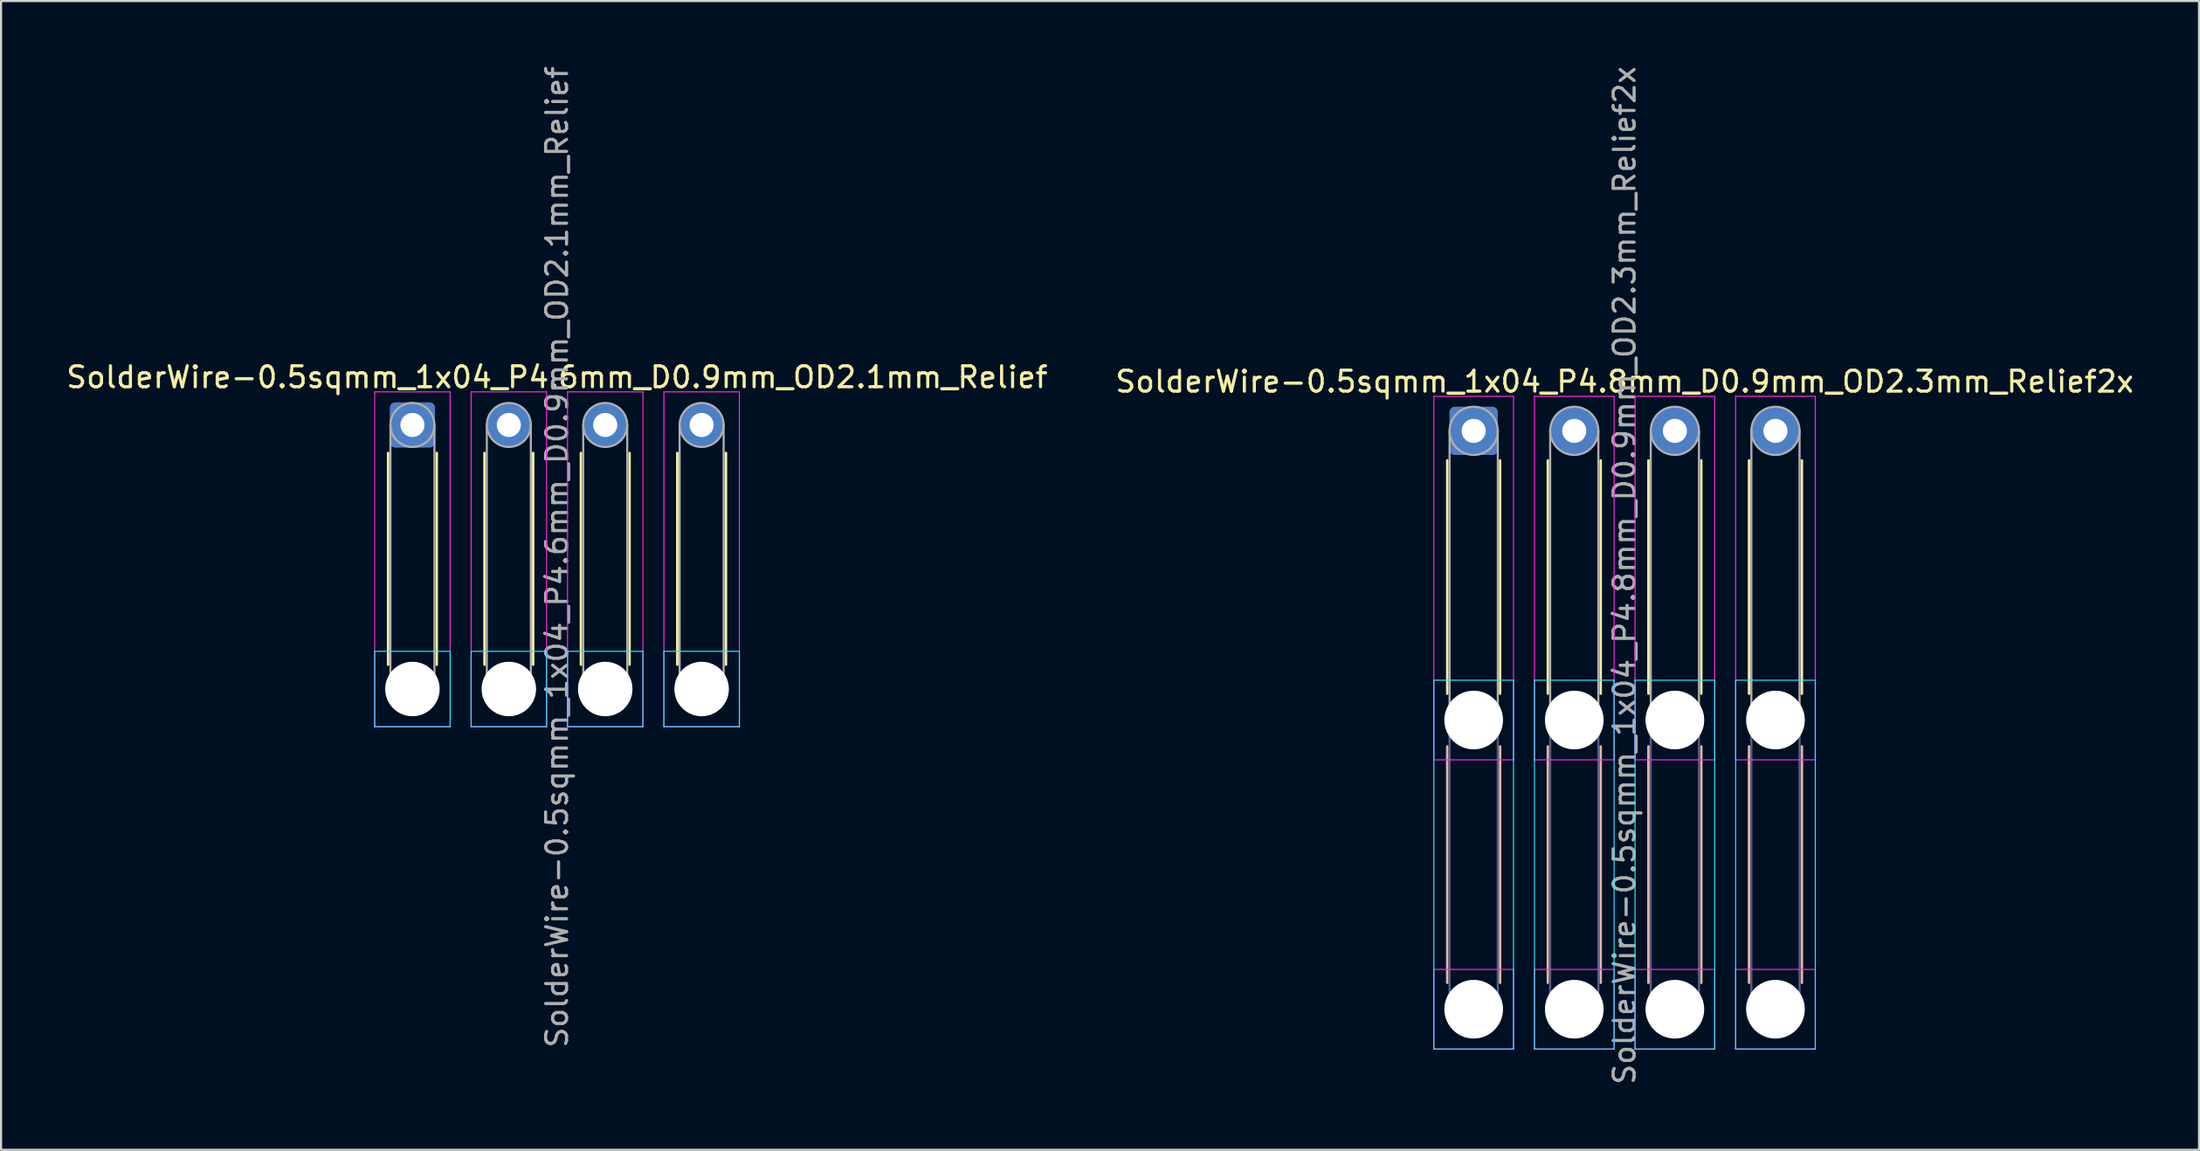
<source format=kicad_pcb>
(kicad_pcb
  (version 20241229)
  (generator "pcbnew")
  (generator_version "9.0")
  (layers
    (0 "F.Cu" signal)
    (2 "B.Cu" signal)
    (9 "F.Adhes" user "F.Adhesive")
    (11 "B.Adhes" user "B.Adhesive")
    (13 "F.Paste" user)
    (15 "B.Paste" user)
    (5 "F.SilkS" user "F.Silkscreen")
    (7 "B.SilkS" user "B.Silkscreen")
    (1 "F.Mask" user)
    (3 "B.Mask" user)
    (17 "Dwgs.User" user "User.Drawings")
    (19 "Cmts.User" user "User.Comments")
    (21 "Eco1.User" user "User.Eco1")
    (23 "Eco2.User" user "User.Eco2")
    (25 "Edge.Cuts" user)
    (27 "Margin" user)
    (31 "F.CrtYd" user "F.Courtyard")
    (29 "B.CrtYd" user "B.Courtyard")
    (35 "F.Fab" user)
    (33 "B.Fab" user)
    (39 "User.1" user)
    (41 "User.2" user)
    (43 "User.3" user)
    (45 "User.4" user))
  (footprint "SolderWire-0.5sqmm_1x04_P4.6mm_D0.9mm_OD2.1mm_Relief"
    (layer "F.Cu")
    (at 16.63 17.23)
    (property "Reference" "SolderWire-0.5sqmm_1x04_P4.6mm_D0.9mm_OD2.1mm_Relief" (at 6.9 -2.28 0) (layer "F.SilkS") (effects (font (size 1 1) (thickness 0.15))))
    (attr exclude_from_pos_files exclude_from_bom)
    (fp_line (start -1.16 1.335) (end -1.16 11.44) (stroke (width 0.12) (type solid)) (layer "F.SilkS"))
    (fp_line (start 1.16 1.335) (end 1.16 11.44) (stroke (width 0.12) (type solid)) (layer "F.SilkS"))
    (fp_line (start 3.44 1.335) (end 3.44 11.44) (stroke (width 0.12) (type solid)) (layer "F.SilkS"))
    (fp_line (start 5.76 1.335) (end 5.76 11.44) (stroke (width 0.12) (type solid)) (layer "F.SilkS"))
    (fp_line (start 8.04 1.335) (end 8.04 11.44) (stroke (width 0.12) (type solid)) (layer "F.SilkS"))
    (fp_line (start 10.36 1.335) (end 10.36 11.44) (stroke (width 0.12) (type solid)) (layer "F.SilkS"))
    (fp_line (start 12.64 1.335) (end 12.64 11.44) (stroke (width 0.12) (type solid)) (layer "F.SilkS"))
    (fp_line (start 14.96 1.335) (end 14.96 11.44) (stroke (width 0.12) (type solid)) (layer "F.SilkS"))
    (fp_line (start -1.8 10.8) (end -1.8 14.4) (stroke (width 0.05) (type solid)) (layer "B.CrtYd"))
    (fp_line (start -1.8 14.4) (end 1.8 14.4) (stroke (width 0.05) (type solid)) (layer "B.CrtYd"))
    (fp_line (start 1.8 10.8) (end -1.8 10.8) (stroke (width 0.05) (type solid)) (layer "B.CrtYd"))
    (fp_line (start 1.8 14.4) (end 1.8 10.8) (stroke (width 0.05) (type solid)) (layer "B.CrtYd"))
    (fp_line (start 2.8 10.8) (end 2.8 14.4) (stroke (width 0.05) (type solid)) (layer "B.CrtYd"))
    (fp_line (start 2.8 14.4) (end 6.4 14.4) (stroke (width 0.05) (type solid)) (layer "B.CrtYd"))
    (fp_line (start 6.4 10.8) (end 2.8 10.8) (stroke (width 0.05) (type solid)) (layer "B.CrtYd"))
    (fp_line (start 6.4 14.4) (end 6.4 10.8) (stroke (width 0.05) (type solid)) (layer "B.CrtYd"))
    (fp_line (start 7.4 10.8) (end 7.4 14.4) (stroke (width 0.05) (type solid)) (layer "B.CrtYd"))
    (fp_line (start 7.4 14.4) (end 11 14.4) (stroke (width 0.05) (type solid)) (layer "B.CrtYd"))
    (fp_line (start 11 10.8) (end 7.4 10.8) (stroke (width 0.05) (type solid)) (layer "B.CrtYd"))
    (fp_line (start 11 14.4) (end 11 10.8) (stroke (width 0.05) (type solid)) (layer "B.CrtYd"))
    (fp_line (start 12 10.8) (end 12 14.4) (stroke (width 0.05) (type solid)) (layer "B.CrtYd"))
    (fp_line (start 12 14.4) (end 15.6 14.4) (stroke (width 0.05) (type solid)) (layer "B.CrtYd"))
    (fp_line (start 15.6 10.8) (end 12 10.8) (stroke (width 0.05) (type solid)) (layer "B.CrtYd"))
    (fp_line (start 15.6 14.4) (end 15.6 10.8) (stroke (width 0.05) (type solid)) (layer "B.CrtYd"))
    (fp_line (start -1.8 -1.58) (end -1.8 14.4) (stroke (width 0.05) (type solid)) (layer "F.CrtYd"))
    (fp_line (start -1.8 14.4) (end 1.8 14.4) (stroke (width 0.05) (type solid)) (layer "F.CrtYd"))
    (fp_line (start 1.8 -1.58) (end -1.8 -1.58) (stroke (width 0.05) (type solid)) (layer "F.CrtYd"))
    (fp_line (start 1.8 14.4) (end 1.8 -1.58) (stroke (width 0.05) (type solid)) (layer "F.CrtYd"))
    (fp_line (start 2.8 -1.58) (end 2.8 14.4) (stroke (width 0.05) (type solid)) (layer "F.CrtYd"))
    (fp_line (start 2.8 14.4) (end 6.4 14.4) (stroke (width 0.05) (type solid)) (layer "F.CrtYd"))
    (fp_line (start 6.4 -1.58) (end 2.8 -1.58) (stroke (width 0.05) (type solid)) (layer "F.CrtYd"))
    (fp_line (start 6.4 14.4) (end 6.4 -1.58) (stroke (width 0.05) (type solid)) (layer "F.CrtYd"))
    (fp_line (start 7.4 -1.58) (end 7.4 14.4) (stroke (width 0.05) (type solid)) (layer "F.CrtYd"))
    (fp_line (start 7.4 14.4) (end 11 14.4) (stroke (width 0.05) (type solid)) (layer "F.CrtYd"))
    (fp_line (start 11 -1.58) (end 7.4 -1.58) (stroke (width 0.05) (type solid)) (layer "F.CrtYd"))
    (fp_line (start 11 14.4) (end 11 -1.58) (stroke (width 0.05) (type solid)) (layer "F.CrtYd"))
    (fp_line (start 12 -1.58) (end 12 14.4) (stroke (width 0.05) (type solid)) (layer "F.CrtYd"))
    (fp_line (start 12 14.4) (end 15.6 14.4) (stroke (width 0.05) (type solid)) (layer "F.CrtYd"))
    (fp_line (start 15.6 -1.58) (end 12 -1.58) (stroke (width 0.05) (type solid)) (layer "F.CrtYd"))
    (fp_line (start 15.6 14.4) (end 15.6 -1.58) (stroke (width 0.05) (type solid)) (layer "F.CrtYd"))
    (fp_line (start -1.05 0) (end -1.05 12.6) (stroke (width 0.1) (type solid)) (layer "F.Fab"))
    (fp_line (start 1.05 0) (end 1.05 12.6) (stroke (width 0.1) (type solid)) (layer "F.Fab"))
    (fp_line (start 3.55 0) (end 3.55 12.6) (stroke (width 0.1) (type solid)) (layer "F.Fab"))
    (fp_line (start 5.65 0) (end 5.65 12.6) (stroke (width 0.1) (type solid)) (layer "F.Fab"))
    (fp_line (start 8.15 0) (end 8.15 12.6) (stroke (width 0.1) (type solid)) (layer "F.Fab"))
    (fp_line (start 10.25 0) (end 10.25 12.6) (stroke (width 0.1) (type solid)) (layer "F.Fab"))
    (fp_line (start 12.75 0) (end 12.75 12.6) (stroke (width 0.1) (type solid)) (layer "F.Fab"))
    (fp_line (start 14.85 0) (end 14.85 12.6) (stroke (width 0.1) (type solid)) (layer "F.Fab"))
    (fp_circle (center 0 0) (end 1.05 0) (stroke (width 0.1) (type solid)) (fill no) (layer "F.Fab"))
    (fp_circle (center 0 12.6) (end 1.05 12.6) (stroke (width 0.1) (type solid)) (fill no) (layer "F.Fab"))
    (fp_circle (center 4.6 0) (end 5.65 0) (stroke (width 0.1) (type solid)) (fill no) (layer "F.Fab"))
    (fp_circle (center 4.6 12.6) (end 5.65 12.6) (stroke (width 0.1) (type solid)) (fill no) (layer "F.Fab"))
    (fp_circle (center 9.2 0) (end 10.25 0) (stroke (width 0.1) (type solid)) (fill no) (layer "F.Fab"))
    (fp_circle (center 9.2 12.6) (end 10.25 12.6) (stroke (width 0.1) (type solid)) (fill no) (layer "F.Fab"))
    (fp_circle (center 13.8 0) (end 14.85 0) (stroke (width 0.1) (type solid)) (fill no) (layer "F.Fab"))
    (fp_circle (center 13.8 12.6) (end 14.85 12.6) (stroke (width 0.1) (type solid)) (fill no) (layer "F.Fab"))
    (fp_text user "${REFERENCE}" (at 6.9 6.3 90) (layer "F.Fab") (effects (font (size 1 1) (thickness 0.15))))
    (pad "" np_thru_hole circle (at 0 12.6) (size 2.6 2.6) (drill 2.6) (layers "*.Cu" "*.Mask"))
    (pad "" np_thru_hole circle (at 4.6 12.6) (size 2.6 2.6) (drill 2.6) (layers "*.Cu" "*.Mask"))
    (pad "" np_thru_hole circle (at 9.2 12.6) (size 2.6 2.6) (drill 2.6) (layers "*.Cu" "*.Mask"))
    (pad "" np_thru_hole circle (at 13.8 12.6) (size 2.6 2.6) (drill 2.6) (layers "*.Cu" "*.Mask"))
    (pad "1" thru_hole roundrect (at 0 0) (size 2.15 2.15) (drill 1.15) (layers "*.Cu" "*.Mask") (roundrect_rratio 0.116))
    (pad "2" thru_hole circle (at 4.6 0) (size 2.15 2.15) (drill 1.15) (layers "*.Cu" "*.Mask"))
    (pad "3" thru_hole circle (at 9.2 0) (size 2.15 2.15) (drill 1.15) (layers "*.Cu" "*.Mask"))
    (pad "4" thru_hole circle (at 13.8 0) (size 2.15 2.15) (drill 1.15) (layers "*.Cu" "*.Mask")))
  (footprint "SolderWire-0.5sqmm_1x04_P4.8mm_D0.9mm_OD2.3mm_Relief2x"
    (layer "F.Cu")
    (at 67.27 17.511)
    (property "Reference" "SolderWire-0.5sqmm_1x04_P4.8mm_D0.9mm_OD2.3mm_Relief2x" (at 7.2 -2.35 0) (layer "F.SilkS") (effects (font (size 1 1) (thickness 0.15))))
    (attr exclude_from_pos_files exclude_from_bom)
    (fp_line (start -1.26 1.41) (end -1.26 12.54) (stroke (width 0.12) (type solid)) (layer "F.SilkS"))
    (fp_line (start 1.26 1.41) (end 1.26 12.54) (stroke (width 0.12) (type solid)) (layer "F.SilkS"))
    (fp_line (start 3.54 1.41) (end 3.54 12.54) (stroke (width 0.12) (type solid)) (layer "F.SilkS"))
    (fp_line (start 6.06 1.41) (end 6.06 12.54) (stroke (width 0.12) (type solid)) (layer "F.SilkS"))
    (fp_line (start 8.34 1.41) (end 8.34 12.54) (stroke (width 0.12) (type solid)) (layer "F.SilkS"))
    (fp_line (start 10.86 1.41) (end 10.86 12.54) (stroke (width 0.12) (type solid)) (layer "F.SilkS"))
    (fp_line (start 13.14 1.41) (end 13.14 12.54) (stroke (width 0.12) (type solid)) (layer "F.SilkS"))
    (fp_line (start 15.66 1.41) (end 15.66 12.54) (stroke (width 0.12) (type solid)) (layer "F.SilkS"))
    (fp_line (start -1.26 15.06) (end -1.26 26.34) (stroke (width 0.12) (type solid)) (layer "B.SilkS"))
    (fp_line (start 1.26 15.06) (end 1.26 26.34) (stroke (width 0.12) (type solid)) (layer "B.SilkS"))
    (fp_line (start 3.54 15.06) (end 3.54 26.34) (stroke (width 0.12) (type solid)) (layer "B.SilkS"))
    (fp_line (start 6.06 15.06) (end 6.06 26.34) (stroke (width 0.12) (type solid)) (layer "B.SilkS"))
    (fp_line (start 8.34 15.06) (end 8.34 26.34) (stroke (width 0.12) (type solid)) (layer "B.SilkS"))
    (fp_line (start 10.86 15.06) (end 10.86 26.34) (stroke (width 0.12) (type solid)) (layer "B.SilkS"))
    (fp_line (start 13.14 15.06) (end 13.14 26.34) (stroke (width 0.12) (type solid)) (layer "B.SilkS"))
    (fp_line (start 15.66 15.06) (end 15.66 26.34) (stroke (width 0.12) (type solid)) (layer "B.SilkS"))
    (fp_line (start -1.9 11.9) (end -1.9 29.5) (stroke (width 0.05) (type solid)) (layer "B.CrtYd"))
    (fp_line (start -1.9 29.5) (end 1.9 29.5) (stroke (width 0.05) (type solid)) (layer "B.CrtYd"))
    (fp_line (start 1.9 11.9) (end -1.9 11.9) (stroke (width 0.05) (type solid)) (layer "B.CrtYd"))
    (fp_line (start 1.9 29.5) (end 1.9 11.9) (stroke (width 0.05) (type solid)) (layer "B.CrtYd"))
    (fp_line (start 2.9 11.9) (end 2.9 29.5) (stroke (width 0.05) (type solid)) (layer "B.CrtYd"))
    (fp_line (start 2.9 29.5) (end 6.7 29.5) (stroke (width 0.05) (type solid)) (layer "B.CrtYd"))
    (fp_line (start 6.7 11.9) (end 2.9 11.9) (stroke (width 0.05) (type solid)) (layer "B.CrtYd"))
    (fp_line (start 6.7 29.5) (end 6.7 11.9) (stroke (width 0.05) (type solid)) (layer "B.CrtYd"))
    (fp_line (start 7.7 11.9) (end 7.7 29.5) (stroke (width 0.05) (type solid)) (layer "B.CrtYd"))
    (fp_line (start 7.7 29.5) (end 11.5 29.5) (stroke (width 0.05) (type solid)) (layer "B.CrtYd"))
    (fp_line (start 11.5 11.9) (end 7.7 11.9) (stroke (width 0.05) (type solid)) (layer "B.CrtYd"))
    (fp_line (start 11.5 29.5) (end 11.5 11.9) (stroke (width 0.05) (type solid)) (layer "B.CrtYd"))
    (fp_line (start 12.5 11.9) (end 12.5 29.5) (stroke (width 0.05) (type solid)) (layer "B.CrtYd"))
    (fp_line (start 12.5 29.5) (end 16.3 29.5) (stroke (width 0.05) (type solid)) (layer "B.CrtYd"))
    (fp_line (start 16.3 11.9) (end 12.5 11.9) (stroke (width 0.05) (type solid)) (layer "B.CrtYd"))
    (fp_line (start 16.3 29.5) (end 16.3 11.9) (stroke (width 0.05) (type solid)) (layer "B.CrtYd"))
    (fp_line (start -1.9 -1.65) (end -1.9 15.7) (stroke (width 0.05) (type solid)) (layer "F.CrtYd"))
    (fp_line (start -1.9 15.7) (end 1.9 15.7) (stroke (width 0.05) (type solid)) (layer "F.CrtYd"))
    (fp_line (start -1.9 25.7) (end -1.9 29.5) (stroke (width 0.05) (type solid)) (layer "F.CrtYd"))
    (fp_line (start -1.9 29.5) (end 1.9 29.5) (stroke (width 0.05) (type solid)) (layer "F.CrtYd"))
    (fp_line (start 1.9 -1.65) (end -1.9 -1.65) (stroke (width 0.05) (type solid)) (layer "F.CrtYd"))
    (fp_line (start 1.9 15.7) (end 1.9 -1.65) (stroke (width 0.05) (type solid)) (layer "F.CrtYd"))
    (fp_line (start 1.9 25.7) (end -1.9 25.7) (stroke (width 0.05) (type solid)) (layer "F.CrtYd"))
    (fp_line (start 1.9 29.5) (end 1.9 25.7) (stroke (width 0.05) (type solid)) (layer "F.CrtYd"))
    (fp_line (start 2.9 -1.65) (end 2.9 15.7) (stroke (width 0.05) (type solid)) (layer "F.CrtYd"))
    (fp_line (start 2.9 15.7) (end 6.7 15.7) (stroke (width 0.05) (type solid)) (layer "F.CrtYd"))
    (fp_line (start 2.9 25.7) (end 2.9 29.5) (stroke (width 0.05) (type solid)) (layer "F.CrtYd"))
    (fp_line (start 2.9 29.5) (end 6.7 29.5) (stroke (width 0.05) (type solid)) (layer "F.CrtYd"))
    (fp_line (start 6.7 -1.65) (end 2.9 -1.65) (stroke (width 0.05) (type solid)) (layer "F.CrtYd"))
    (fp_line (start 6.7 15.7) (end 6.7 -1.65) (stroke (width 0.05) (type solid)) (layer "F.CrtYd"))
    (fp_line (start 6.7 25.7) (end 2.9 25.7) (stroke (width 0.05) (type solid)) (layer "F.CrtYd"))
    (fp_line (start 6.7 29.5) (end 6.7 25.7) (stroke (width 0.05) (type solid)) (layer "F.CrtYd"))
    (fp_line (start 7.7 -1.65) (end 7.7 15.7) (stroke (width 0.05) (type solid)) (layer "F.CrtYd"))
    (fp_line (start 7.7 15.7) (end 11.5 15.7) (stroke (width 0.05) (type solid)) (layer "F.CrtYd"))
    (fp_line (start 7.7 25.7) (end 7.7 29.5) (stroke (width 0.05) (type solid)) (layer "F.CrtYd"))
    (fp_line (start 7.7 29.5) (end 11.5 29.5) (stroke (width 0.05) (type solid)) (layer "F.CrtYd"))
    (fp_line (start 11.5 -1.65) (end 7.7 -1.65) (stroke (width 0.05) (type solid)) (layer "F.CrtYd"))
    (fp_line (start 11.5 15.7) (end 11.5 -1.65) (stroke (width 0.05) (type solid)) (layer "F.CrtYd"))
    (fp_line (start 11.5 25.7) (end 7.7 25.7) (stroke (width 0.05) (type solid)) (layer "F.CrtYd"))
    (fp_line (start 11.5 29.5) (end 11.5 25.7) (stroke (width 0.05) (type solid)) (layer "F.CrtYd"))
    (fp_line (start 12.5 -1.65) (end 12.5 15.7) (stroke (width 0.05) (type solid)) (layer "F.CrtYd"))
    (fp_line (start 12.5 15.7) (end 16.3 15.7) (stroke (width 0.05) (type solid)) (layer "F.CrtYd"))
    (fp_line (start 12.5 25.7) (end 12.5 29.5) (stroke (width 0.05) (type solid)) (layer "F.CrtYd"))
    (fp_line (start 12.5 29.5) (end 16.3 29.5) (stroke (width 0.05) (type solid)) (layer "F.CrtYd"))
    (fp_line (start 16.3 -1.65) (end 12.5 -1.65) (stroke (width 0.05) (type solid)) (layer "F.CrtYd"))
    (fp_line (start 16.3 15.7) (end 16.3 -1.65) (stroke (width 0.05) (type solid)) (layer "F.CrtYd"))
    (fp_line (start 16.3 25.7) (end 12.5 25.7) (stroke (width 0.05) (type solid)) (layer "F.CrtYd"))
    (fp_line (start 16.3 29.5) (end 16.3 25.7) (stroke (width 0.05) (type solid)) (layer "F.CrtYd"))
    (fp_line (start -1.15 13.8) (end -1.15 27.6) (stroke (width 0.1) (type solid)) (layer "B.Fab"))
    (fp_line (start 1.15 13.8) (end 1.15 27.6) (stroke (width 0.1) (type solid)) (layer "B.Fab"))
    (fp_line (start 3.65 13.8) (end 3.65 27.6) (stroke (width 0.1) (type solid)) (layer "B.Fab"))
    (fp_line (start 5.95 13.8) (end 5.95 27.6) (stroke (width 0.1) (type solid)) (layer "B.Fab"))
    (fp_line (start 8.45 13.8) (end 8.45 27.6) (stroke (width 0.1) (type solid)) (layer "B.Fab"))
    (fp_line (start 10.75 13.8) (end 10.75 27.6) (stroke (width 0.1) (type solid)) (layer "B.Fab"))
    (fp_line (start 13.25 13.8) (end 13.25 27.6) (stroke (width 0.1) (type solid)) (layer "B.Fab"))
    (fp_line (start 15.55 13.8) (end 15.55 27.6) (stroke (width 0.1) (type solid)) (layer "B.Fab"))
    (fp_circle (center 0 13.8) (end 1.15 13.8) (stroke (width 0.1) (type solid)) (fill no) (layer "B.Fab"))
    (fp_circle (center 0 27.6) (end 1.15 27.6) (stroke (width 0.1) (type solid)) (fill no) (layer "B.Fab"))
    (fp_circle (center 4.8 13.8) (end 5.95 13.8) (stroke (width 0.1) (type solid)) (fill no) (layer "B.Fab"))
    (fp_circle (center 4.8 27.6) (end 5.95 27.6) (stroke (width 0.1) (type solid)) (fill no) (layer "B.Fab"))
    (fp_circle (center 9.6 13.8) (end 10.75 13.8) (stroke (width 0.1) (type solid)) (fill no) (layer "B.Fab"))
    (fp_circle (center 9.6 27.6) (end 10.75 27.6) (stroke (width 0.1) (type solid)) (fill no) (layer "B.Fab"))
    (fp_circle (center 14.4 13.8) (end 15.55 13.8) (stroke (width 0.1) (type solid)) (fill no) (layer "B.Fab"))
    (fp_circle (center 14.4 27.6) (end 15.55 27.6) (stroke (width 0.1) (type solid)) (fill no) (layer "B.Fab"))
    (fp_line (start -1.15 0) (end -1.15 13.8) (stroke (width 0.1) (type solid)) (layer "F.Fab"))
    (fp_line (start 1.15 0) (end 1.15 13.8) (stroke (width 0.1) (type solid)) (layer "F.Fab"))
    (fp_line (start 3.65 0) (end 3.65 13.8) (stroke (width 0.1) (type solid)) (layer "F.Fab"))
    (fp_line (start 5.95 0) (end 5.95 13.8) (stroke (width 0.1) (type solid)) (layer "F.Fab"))
    (fp_line (start 8.45 0) (end 8.45 13.8) (stroke (width 0.1) (type solid)) (layer "F.Fab"))
    (fp_line (start 10.75 0) (end 10.75 13.8) (stroke (width 0.1) (type solid)) (layer "F.Fab"))
    (fp_line (start 13.25 0) (end 13.25 13.8) (stroke (width 0.1) (type solid)) (layer "F.Fab"))
    (fp_line (start 15.55 0) (end 15.55 13.8) (stroke (width 0.1) (type solid)) (layer "F.Fab"))
    (fp_circle (center 0 0) (end 1.15 0) (stroke (width 0.1) (type solid)) (fill no) (layer "F.Fab"))
    (fp_circle (center 0 13.8) (end 1.15 13.8) (stroke (width 0.1) (type solid)) (fill no) (layer "F.Fab"))
    (fp_circle (center 0 27.6) (end 1.15 27.6) (stroke (width 0.1) (type solid)) (fill no) (layer "F.Fab"))
    (fp_circle (center 4.8 0) (end 5.95 0) (stroke (width 0.1) (type solid)) (fill no) (layer "F.Fab"))
    (fp_circle (center 4.8 13.8) (end 5.95 13.8) (stroke (width 0.1) (type solid)) (fill no) (layer "F.Fab"))
    (fp_circle (center 4.8 27.6) (end 5.95 27.6) (stroke (width 0.1) (type solid)) (fill no) (layer "F.Fab"))
    (fp_circle (center 9.6 0) (end 10.75 0) (stroke (width 0.1) (type solid)) (fill no) (layer "F.Fab"))
    (fp_circle (center 9.6 13.8) (end 10.75 13.8) (stroke (width 0.1) (type solid)) (fill no) (layer "F.Fab"))
    (fp_circle (center 9.6 27.6) (end 10.75 27.6) (stroke (width 0.1) (type solid)) (fill no) (layer "F.Fab"))
    (fp_circle (center 14.4 0) (end 15.55 0) (stroke (width 0.1) (type solid)) (fill no) (layer "F.Fab"))
    (fp_circle (center 14.4 13.8) (end 15.55 13.8) (stroke (width 0.1) (type solid)) (fill no) (layer "F.Fab"))
    (fp_circle (center 14.4 27.6) (end 15.55 27.6) (stroke (width 0.1) (type solid)) (fill no) (layer "F.Fab"))
    (fp_text user "${REFERENCE}" (at 7.2 6.9 90) (layer "F.Fab") (effects (font (size 1 1) (thickness 0.15))))
    (pad "" np_thru_hole circle (at 0 13.8) (size 2.8 2.8) (drill 2.8) (layers "*.Cu" "*.Mask"))
    (pad "" np_thru_hole circle (at 0 27.6) (size 2.8 2.8) (drill 2.8) (layers "*.Cu" "*.Mask"))
    (pad "" np_thru_hole circle (at 4.8 13.8) (size 2.8 2.8) (drill 2.8) (layers "*.Cu" "*.Mask"))
    (pad "" np_thru_hole circle (at 4.8 27.6) (size 2.8 2.8) (drill 2.8) (layers "*.Cu" "*.Mask"))
    (pad "" np_thru_hole circle (at 9.6 13.8) (size 2.8 2.8) (drill 2.8) (layers "*.Cu" "*.Mask"))
    (pad "" np_thru_hole circle (at 9.6 27.6) (size 2.8 2.8) (drill 2.8) (layers "*.Cu" "*.Mask"))
    (pad "" np_thru_hole circle (at 14.4 13.8) (size 2.8 2.8) (drill 2.8) (layers "*.Cu" "*.Mask"))
    (pad "" np_thru_hole circle (at 14.4 27.6) (size 2.8 2.8) (drill 2.8) (layers "*.Cu" "*.Mask"))
    (pad "1" thru_hole roundrect (at 0 0) (size 2.3 2.3) (drill 1.15) (layers "*.Cu" "*.Mask") (roundrect_rratio 0.109))
    (pad "2" thru_hole circle (at 4.8 0) (size 2.3 2.3) (drill 1.15) (layers "*.Cu" "*.Mask"))
    (pad "3" thru_hole circle (at 9.6 0) (size 2.3 2.3) (drill 1.15) (layers "*.Cu" "*.Mask"))
    (pad "4" thru_hole circle (at 14.4 0) (size 2.3 2.3) (drill 1.15) (layers "*.Cu" "*.Mask")))
  (gr_rect
    (start -3 -3)
    (end 101.881 51.821)
    (stroke (width 0.1) (type default))
    (fill no)
    (layer "Edge.Cuts")))
</source>
